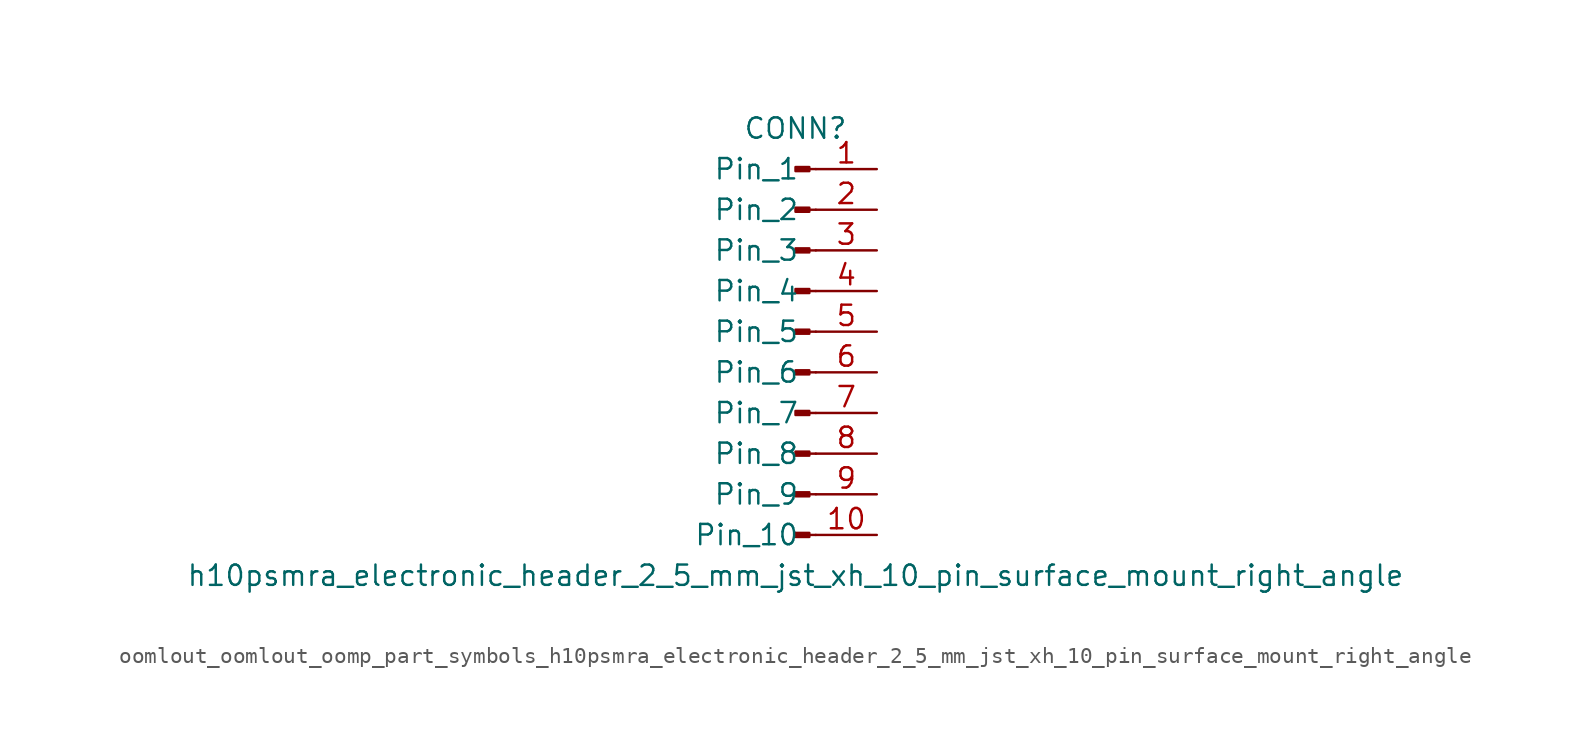
<source format=kicad_sym>
(kicad_symbol_lib
  (version 20220914)
  (generator kicad_symbol_editor)
  (symbol "oomlout_oomlout_oomp_part_symbols_h10psmra_electronic_header_2_5_mm_jst_xh_10_pin_surface_mount_right_angle"
    (pin_names
      (offset 1.016))
    (property "Reference" "CONN"
      (at 0 12.7 0)
      (effects (font (size 1.27 1.27))))
    (property "Value" "h10psmra_electronic_header_2_5_mm_jst_xh_10_pin_surface_mount_right_angle"
      (at 0 -15.24 0)
      (effects (font (size 1.27 1.27))))
    (property "ki_locked" ""
      (at 0 0 0)
      (effects (font (size 1.27 1.27))))
    (symbol "oomlout_oomlout_oomp_part_symbols_h10psmra_electronic_header_2_5_mm_jst_xh_10_pin_surface_mount_right_angle_1_1"
      (polyline (pts (xy 1.27 -12.7) (xy 0.864 -12.7)) (stroke (width 0.152) (type default)) (fill (type none)))
      (polyline (pts (xy 1.27 -10.16) (xy 0.864 -10.16)) (stroke (width 0.152) (type default)) (fill (type none)))
      (polyline (pts (xy 1.27 -7.62) (xy 0.864 -7.62)) (stroke (width 0.152) (type default)) (fill (type none)))
      (polyline (pts (xy 1.27 -5.08) (xy 0.864 -5.08)) (stroke (width 0.152) (type default)) (fill (type none)))
      (polyline (pts (xy 1.27 -2.54) (xy 0.864 -2.54)) (stroke (width 0.152) (type default)) (fill (type none)))
      (polyline (pts (xy 1.27 0) (xy 0.864 0)) (stroke (width 0.152) (type default)) (fill (type none)))
      (polyline (pts (xy 1.27 2.54) (xy 0.864 2.54)) (stroke (width 0.152) (type default)) (fill (type none)))
      (polyline (pts (xy 1.27 5.08) (xy 0.864 5.08)) (stroke (width 0.152) (type default)) (fill (type none)))
      (polyline (pts (xy 1.27 7.62) (xy 0.864 7.62)) (stroke (width 0.152) (type default)) (fill (type none)))
      (polyline (pts (xy 1.27 10.16) (xy 0.864 10.16)) (stroke (width 0.152) (type default)) (fill (type none)))
      (rectangle (start 0.864 -12.573) (end 0 -12.827) (stroke (width 0.152) (type default)) (fill (type outline)))
      (rectangle (start 0.864 -10.033) (end 0 -10.287) (stroke (width 0.152) (type default)) (fill (type outline)))
      (rectangle (start 0.864 -7.493) (end 0 -7.747) (stroke (width 0.152) (type default)) (fill (type outline)))
      (rectangle (start 0.864 -4.953) (end 0 -5.207) (stroke (width 0.152) (type default)) (fill (type outline)))
      (rectangle (start 0.864 -2.413) (end 0 -2.667) (stroke (width 0.152) (type default)) (fill (type outline)))
      (rectangle (start 0.864 0.127) (end 0 -0.127) (stroke (width 0.152) (type default)) (fill (type outline)))
      (rectangle (start 0.864 2.667) (end 0 2.413) (stroke (width 0.152) (type default)) (fill (type outline)))
      (rectangle (start 0.864 5.207) (end 0 4.953) (stroke (width 0.152) (type default)) (fill (type outline)))
      (rectangle (start 0.864 7.747) (end 0 7.493) (stroke (width 0.152) (type default)) (fill (type outline)))
      (rectangle (start 0.864 10.287) (end 0 10.033) (stroke (width 0.152) (type default)) (fill (type outline)))
      (pin passive line (at 5.08 10.16 180) (length 3.81) (name "Pin_1" (effects (font (size 1.27 1.27)))) (number "1" (effects (font (size 1.27 1.27)))))
      (pin passive line (at 5.08 -12.7 180) (length 3.81) (name "Pin_10" (effects (font (size 1.27 1.27)))) (number "10" (effects (font (size 1.27 1.27)))))
      (pin passive line (at 5.08 7.62 180) (length 3.81) (name "Pin_2" (effects (font (size 1.27 1.27)))) (number "2" (effects (font (size 1.27 1.27)))))
      (pin passive line (at 5.08 5.08 180) (length 3.81) (name "Pin_3" (effects (font (size 1.27 1.27)))) (number "3" (effects (font (size 1.27 1.27)))))
      (pin passive line (at 5.08 2.54 180) (length 3.81) (name "Pin_4" (effects (font (size 1.27 1.27)))) (number "4" (effects (font (size 1.27 1.27)))))
      (pin passive line (at 5.08 0 180) (length 3.81) (name "Pin_5" (effects (font (size 1.27 1.27)))) (number "5" (effects (font (size 1.27 1.27)))))
      (pin passive line (at 5.08 -2.54 180) (length 3.81) (name "Pin_6" (effects (font (size 1.27 1.27)))) (number "6" (effects (font (size 1.27 1.27)))))
      (pin passive line (at 5.08 -5.08 180) (length 3.81) (name "Pin_7" (effects (font (size 1.27 1.27)))) (number "7" (effects (font (size 1.27 1.27)))))
      (pin passive line (at 5.08 -7.62 180) (length 3.81) (name "Pin_8" (effects (font (size 1.27 1.27)))) (number "8" (effects (font (size 1.27 1.27)))))
      (pin passive line (at 5.08 -10.16 180) (length 3.81) (name "Pin_9" (effects (font (size 1.27 1.27)))) (number "9" (effects (font (size 1.27 1.27))))))))
</source>
